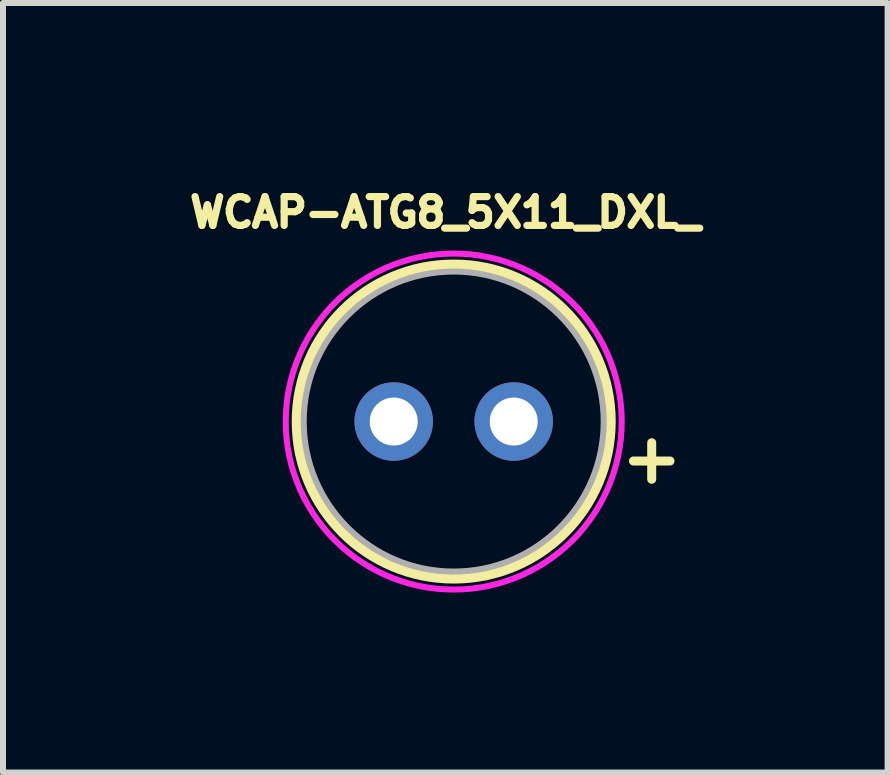
<source format=kicad_pcb>
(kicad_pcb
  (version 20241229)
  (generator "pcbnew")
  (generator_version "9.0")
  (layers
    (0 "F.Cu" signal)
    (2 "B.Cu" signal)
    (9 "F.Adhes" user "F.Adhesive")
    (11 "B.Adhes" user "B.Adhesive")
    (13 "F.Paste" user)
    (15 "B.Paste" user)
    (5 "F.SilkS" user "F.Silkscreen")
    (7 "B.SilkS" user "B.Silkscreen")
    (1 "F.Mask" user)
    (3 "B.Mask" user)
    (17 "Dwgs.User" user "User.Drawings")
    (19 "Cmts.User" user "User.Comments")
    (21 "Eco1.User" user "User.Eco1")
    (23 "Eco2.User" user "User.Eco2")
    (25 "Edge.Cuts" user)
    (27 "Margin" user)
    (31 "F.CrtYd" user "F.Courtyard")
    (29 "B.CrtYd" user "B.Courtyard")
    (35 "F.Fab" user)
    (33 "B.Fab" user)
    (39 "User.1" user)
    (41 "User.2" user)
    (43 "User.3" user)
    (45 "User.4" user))
  (footprint "WCAP-ATG8_5X11_DXL_"
    (layer "F.Cu")
    (at 4.512 3.976)
    (property "Reference" "WCAP-ATG8_5X11_DXL_" (at -0.14 -3.485 0) (layer "F.SilkS") (effects (font (size 0.48 0.48) (thickness 0.12))))
    (attr through_hole)
    (fp_circle (center 0 0) (end 2.6 0) (stroke (width 0.2) (type solid)) (fill no) (layer "F.SilkS"))
    (fp_poly (pts (xy 0 2.8) (xy -0.147 2.796) (xy -0.293 2.785) (xy -0.438 2.766) (xy -0.582 2.739) (xy -0.725 2.705) (xy -0.865 2.663) (xy -1.003 2.614) (xy -1.139 2.558) (xy -1.271 2.495) (xy -1.4 2.425) (xy -1.525 2.348) (xy -1.646 2.265) (xy -1.762 2.176) (xy -1.874 2.081) (xy -1.98 1.98) (xy -2.081 1.874) (xy -2.176 1.762) (xy -2.265 1.646) (xy -2.348 1.525) (xy -2.425 1.4) (xy -2.495 1.271) (xy -2.558 1.139) (xy -2.614 1.003) (xy -2.663 0.865) (xy -2.705 0.725) (xy -2.739 0.582) (xy -2.766 0.438) (xy -2.785 0.293) (xy -2.796 0.147) (xy -2.8 0) (xy -2.796 -0.147) (xy -2.785 -0.293) (xy -2.766 -0.438) (xy -2.739 -0.582) (xy -2.705 -0.725) (xy -2.663 -0.865) (xy -2.614 -1.003) (xy -2.558 -1.139) (xy -2.495 -1.271) (xy -2.425 -1.4) (xy -2.348 -1.525) (xy -2.265 -1.646) (xy -2.176 -1.762) (xy -2.081 -1.874) (xy -1.98 -1.98) (xy -1.874 -2.081) (xy -1.762 -2.176) (xy -1.646 -2.265) (xy -1.525 -2.348) (xy -1.4 -2.425) (xy -1.271 -2.495) (xy -1.139 -2.558) (xy -1.003 -2.614) (xy -0.865 -2.663) (xy -0.725 -2.705) (xy -0.582 -2.739) (xy -0.438 -2.766) (xy -0.293 -2.785) (xy -0.147 -2.796) (xy 0 -2.8) (xy 0.147 -2.796) (xy 0.293 -2.785) (xy 0.438 -2.766) (xy 0.582 -2.739) (xy 0.725 -2.705) (xy 0.865 -2.663) (xy 1.003 -2.614) (xy 1.139 -2.558) (xy 1.271 -2.495) (xy 1.4 -2.425) (xy 1.525 -2.348) (xy 1.646 -2.265) (xy 1.762 -2.176) (xy 1.874 -2.081) (xy 1.98 -1.98) (xy 2.081 -1.874) (xy 2.176 -1.762) (xy 2.265 -1.646) (xy 2.348 -1.525) (xy 2.425 -1.4) (xy 2.495 -1.271) (xy 2.558 -1.139) (xy 2.614 -1.003) (xy 2.663 -0.865) (xy 2.705 -0.725) (xy 2.739 -0.582) (xy 2.766 -0.438) (xy 2.785 -0.293) (xy 2.796 -0.147) (xy 2.8 0) (xy 2.796 0.147) (xy 2.785 0.293) (xy 2.766 0.438) (xy 2.739 0.582) (xy 2.705 0.725) (xy 2.663 0.865) (xy 2.614 1.003) (xy 2.558 1.139) (xy 2.495 1.271) (xy 2.425 1.4) (xy 2.348 1.525) (xy 2.265 1.646) (xy 2.176 1.762) (xy 2.081 1.874) (xy 1.98 1.98) (xy 1.874 2.081) (xy 1.762 2.176) (xy 1.646 2.265) (xy 1.525 2.348) (xy 1.4 2.425) (xy 1.271 2.495) (xy 1.139 2.558) (xy 1.003 2.614) (xy 0.865 2.663) (xy 0.725 2.705) (xy 0.582 2.739) (xy 0.438 2.766) (xy 0.293 2.785) (xy 0.147 2.796) (xy 0 2.8)) (stroke (width 0.1) (type solid)) (fill no) (layer "F.CrtYd"))
    (fp_circle (center 0 0) (end 2.5 0) (stroke (width 0.1) (type solid)) (fill no) (layer "F.Fab"))
    (fp_text user "+" (at 3.3 0.6 0) (layer "F.SilkS") (effects (font (size 0.8 0.8) (thickness 0.15))))
    (pad "1" thru_hole circle (at 1 0) (size 1.308 1.308) (drill 0.8) (layers "*.Cu" "*.Mask"))
    (pad "2" thru_hole circle (at -1 0) (size 1.308 1.308) (drill 0.8) (layers "*.Cu" "*.Mask")))
  (gr_rect
    (start -3 -3)
    (end 11.744 9.826)
    (stroke (width 0.1) (type default))
    (fill no)
    (layer "Edge.Cuts")))
</source>
